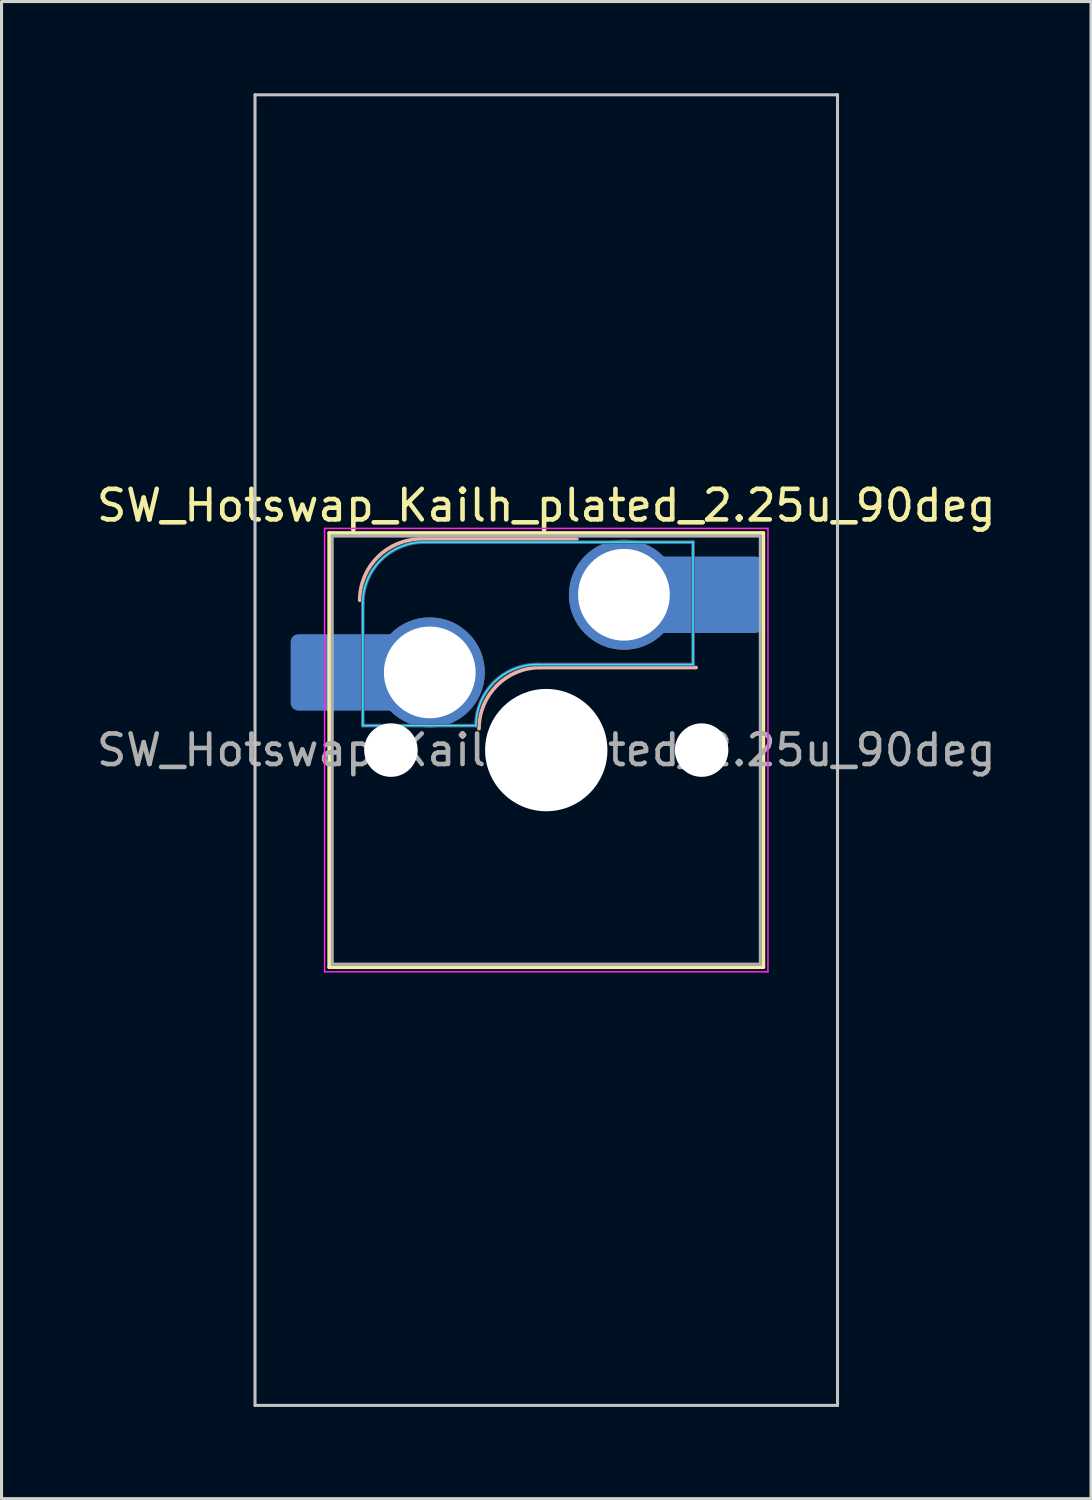
<source format=kicad_pcb>
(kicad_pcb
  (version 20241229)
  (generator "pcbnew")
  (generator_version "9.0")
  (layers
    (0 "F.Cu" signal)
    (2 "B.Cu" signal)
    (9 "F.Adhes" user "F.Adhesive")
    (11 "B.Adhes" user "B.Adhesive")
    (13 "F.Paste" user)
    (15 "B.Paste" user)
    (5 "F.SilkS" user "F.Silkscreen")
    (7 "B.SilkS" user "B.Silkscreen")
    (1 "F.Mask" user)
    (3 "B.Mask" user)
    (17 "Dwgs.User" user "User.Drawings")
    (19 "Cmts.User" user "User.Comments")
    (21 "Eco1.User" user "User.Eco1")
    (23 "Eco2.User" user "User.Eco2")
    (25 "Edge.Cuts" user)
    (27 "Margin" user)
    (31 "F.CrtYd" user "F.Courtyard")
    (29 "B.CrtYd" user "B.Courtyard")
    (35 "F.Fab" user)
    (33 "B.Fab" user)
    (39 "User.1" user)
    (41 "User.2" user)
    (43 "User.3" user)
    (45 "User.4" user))
  (footprint "SW_Hotswap_Kailh_plated_2.25u_90deg"
    (layer "F.Cu")
    (at 14.815 21.481)
    (property "Reference" "SW_Hotswap_Kailh_plated_2.25u_90deg" (at 0 -8 0) (layer "F.SilkS") (effects (font (size 1 1) (thickness 0.15))))
    (attr smd)
    (fp_line (start -7.1 -7.1) (end -7.1 7.1) (stroke (width 0.12) (type solid)) (layer "F.SilkS"))
    (fp_line (start -7.1 7.1) (end 7.1 7.1) (stroke (width 0.12) (type solid)) (layer "F.SilkS"))
    (fp_line (start 7.1 -7.1) (end -7.1 -7.1) (stroke (width 0.12) (type solid)) (layer "F.SilkS"))
    (fp_line (start 7.1 7.1) (end 7.1 -7.1) (stroke (width 0.12) (type solid)) (layer "F.SilkS"))
    (fp_line (start -4.1 -6.9) (end 1 -6.9) (stroke (width 0.12) (type solid)) (layer "B.SilkS"))
    (fp_line (start -0.2 -2.7) (end 4.9 -2.7) (stroke (width 0.12) (type solid)) (layer "B.SilkS"))
    (fp_arc (start -6.1 -4.9) (mid -5.514214 -6.314214) (end -4.1 -6.9) (stroke (width 0.12) (type solid)) (layer "B.SilkS"))
    (fp_arc (start -2.2 -0.7) (mid -1.614214 -2.114214) (end -0.2 -2.7) (stroke (width 0.12) (type solid)) (layer "B.SilkS"))
    (fp_line (start -9.525 -21.431) (end 9.525 -21.431) (stroke (width 0.1) (type solid)) (layer "Dwgs.User"))
    (fp_line (start -9.525 21.431) (end -9.525 -21.431) (stroke (width 0.1) (type solid)) (layer "Dwgs.User"))
    (fp_line (start 9.525 -21.431) (end 9.525 21.431) (stroke (width 0.1) (type solid)) (layer "Dwgs.User"))
    (fp_line (start 9.525 21.431) (end -9.525 21.431) (stroke (width 0.1) (type solid)) (layer "Dwgs.User"))
    (fp_line (start -7.8 -6) (end -7 -6) (stroke (width 0.1) (type solid)) (layer "Eco1.User"))
    (fp_line (start -7.8 -2.9) (end -7.8 -6) (stroke (width 0.1) (type solid)) (layer "Eco1.User"))
    (fp_line (start -7.8 2.9) (end -7 2.9) (stroke (width 0.1) (type solid)) (layer "Eco1.User"))
    (fp_line (start -7.8 6) (end -7.8 2.9) (stroke (width 0.1) (type solid)) (layer "Eco1.User"))
    (fp_line (start -7 -7) (end 7 -7) (stroke (width 0.1) (type solid)) (layer "Eco1.User"))
    (fp_line (start -7 -6) (end -7 -7) (stroke (width 0.1) (type solid)) (layer "Eco1.User"))
    (fp_line (start -7 -2.9) (end -7.8 -2.9) (stroke (width 0.1) (type solid)) (layer "Eco1.User"))
    (fp_line (start -7 2.9) (end -7 -2.9) (stroke (width 0.1) (type solid)) (layer "Eco1.User"))
    (fp_line (start -7 6) (end -7.8 6) (stroke (width 0.1) (type solid)) (layer "Eco1.User"))
    (fp_line (start -7 7) (end -7 6) (stroke (width 0.1) (type solid)) (layer "Eco1.User"))
    (fp_line (start 7 -7) (end 7 -6) (stroke (width 0.1) (type solid)) (layer "Eco1.User"))
    (fp_line (start 7 -6) (end 7.8 -6) (stroke (width 0.1) (type solid)) (layer "Eco1.User"))
    (fp_line (start 7 -2.9) (end 7 2.9) (stroke (width 0.1) (type solid)) (layer "Eco1.User"))
    (fp_line (start 7 2.9) (end 7.8 2.9) (stroke (width 0.1) (type solid)) (layer "Eco1.User"))
    (fp_line (start 7 6) (end 7 7) (stroke (width 0.1) (type solid)) (layer "Eco1.User"))
    (fp_line (start 7 7) (end -7 7) (stroke (width 0.1) (type solid)) (layer "Eco1.User"))
    (fp_line (start 7.8 -6) (end 7.8 -2.9) (stroke (width 0.1) (type solid)) (layer "Eco1.User"))
    (fp_line (start 7.8 -2.9) (end 7 -2.9) (stroke (width 0.1) (type solid)) (layer "Eco1.User"))
    (fp_line (start 7.8 2.9) (end 7.8 6) (stroke (width 0.1) (type solid)) (layer "Eco1.User"))
    (fp_line (start 7.8 6) (end 7 6) (stroke (width 0.1) (type solid)) (layer "Eco1.User"))
    (fp_line (start -6 -0.8) (end -6 -4.8) (stroke (width 0.05) (type solid)) (layer "B.CrtYd"))
    (fp_line (start -6 -0.8) (end -2.3 -0.8) (stroke (width 0.05) (type solid)) (layer "B.CrtYd"))
    (fp_line (start -4 -6.8) (end 4.8 -6.8) (stroke (width 0.05) (type solid)) (layer "B.CrtYd"))
    (fp_line (start -0.3 -2.8) (end 4.8 -2.8) (stroke (width 0.05) (type solid)) (layer "B.CrtYd"))
    (fp_line (start 4.8 -6.8) (end 4.8 -2.8) (stroke (width 0.05) (type solid)) (layer "B.CrtYd"))
    (fp_arc (start -6 -4.8) (mid -5.414214 -6.214214) (end -4 -6.8) (stroke (width 0.05) (type solid)) (layer "B.CrtYd"))
    (fp_arc (start -2.3 -0.8) (mid -1.714214 -2.214214) (end -0.3 -2.8) (stroke (width 0.05) (type solid)) (layer "B.CrtYd"))
    (fp_line (start -7.25 -7.25) (end -7.25 7.25) (stroke (width 0.05) (type solid)) (layer "F.CrtYd"))
    (fp_line (start -7.25 7.25) (end 7.25 7.25) (stroke (width 0.05) (type solid)) (layer "F.CrtYd"))
    (fp_line (start 7.25 -7.25) (end -7.25 -7.25) (stroke (width 0.05) (type solid)) (layer "F.CrtYd"))
    (fp_line (start 7.25 7.25) (end 7.25 -7.25) (stroke (width 0.05) (type solid)) (layer "F.CrtYd"))
    (fp_line (start -6 -0.8) (end -6 -4.8) (stroke (width 0.12) (type solid)) (layer "B.Fab"))
    (fp_line (start -6 -0.8) (end -2.3 -0.8) (stroke (width 0.12) (type solid)) (layer "B.Fab"))
    (fp_line (start -4 -6.8) (end 4.8 -6.8) (stroke (width 0.12) (type solid)) (layer "B.Fab"))
    (fp_line (start -0.3 -2.8) (end 4.8 -2.8) (stroke (width 0.12) (type solid)) (layer "B.Fab"))
    (fp_line (start 4.8 -6.8) (end 4.8 -2.8) (stroke (width 0.12) (type solid)) (layer "B.Fab"))
    (fp_arc (start -6 -4.8) (mid -5.414214 -6.214214) (end -4 -6.8) (stroke (width 0.12) (type solid)) (layer "B.Fab"))
    (fp_arc (start -2.3 -0.8) (mid -1.714214 -2.214214) (end -0.3 -2.8) (stroke (width 0.12) (type solid)) (layer "B.Fab"))
    (fp_line (start -7 -7) (end -7 7) (stroke (width 0.1) (type solid)) (layer "F.Fab"))
    (fp_line (start -7 7) (end 7 7) (stroke (width 0.1) (type solid)) (layer "F.Fab"))
    (fp_line (start 7 -7) (end -7 -7) (stroke (width 0.1) (type solid)) (layer "F.Fab"))
    (fp_line (start 7 7) (end 7 -7) (stroke (width 0.1) (type solid)) (layer "F.Fab"))
    (fp_text user "${REFERENCE}" (at 0 0 0) (layer "F.Fab") (effects (font (size 1 1) (thickness 0.15))))
    (pad "" smd roundrect (at -7.085 -2.54) (size 2.55 2.5) (layers "B.Mask" "B.Paste") (roundrect_rratio 0.1))
    (pad "" np_thru_hole circle (at -5.08 0) (size 1.75 1.75) (drill 1.75) (layers "*.Cu" "*.Mask"))
    (pad "" np_thru_hole circle (at 0 0) (size 4 4) (drill 4) (layers "*.Cu" "*.Mask"))
    (pad "" np_thru_hole circle (at 5.08 0) (size 1.75 1.75) (drill 1.75) (layers "*.Cu" "*.Mask"))
    (pad "" smd roundrect (at 5.842 -5.08) (size 2.55 2.5) (layers "B.Mask" "B.Paste") (roundrect_rratio 0.1))
    (pad "1" smd roundrect (at -6.585 -2.54) (size 3.55 2.5) (layers "B.Cu") (roundrect_rratio 0.1))
    (pad "1" thru_hole circle (at -3.81 -2.54) (size 3.6 3.6) (drill 3) (layers "*.Cu" "B.Mask"))
    (pad "2" thru_hole circle (at 2.54 -5.08) (size 3.6 3.6) (drill 3) (layers "*.Cu" "B.Mask"))
    (pad "2" smd roundrect (at 5.32 -5.08) (size 3.55 2.5) (layers "B.Cu") (roundrect_rratio 0.1)))
  (gr_rect
    (start -3 -3)
    (end 32.631 45.962)
    (stroke (width 0.1) (type default))
    (fill no)
    (layer "Edge.Cuts")))
</source>
